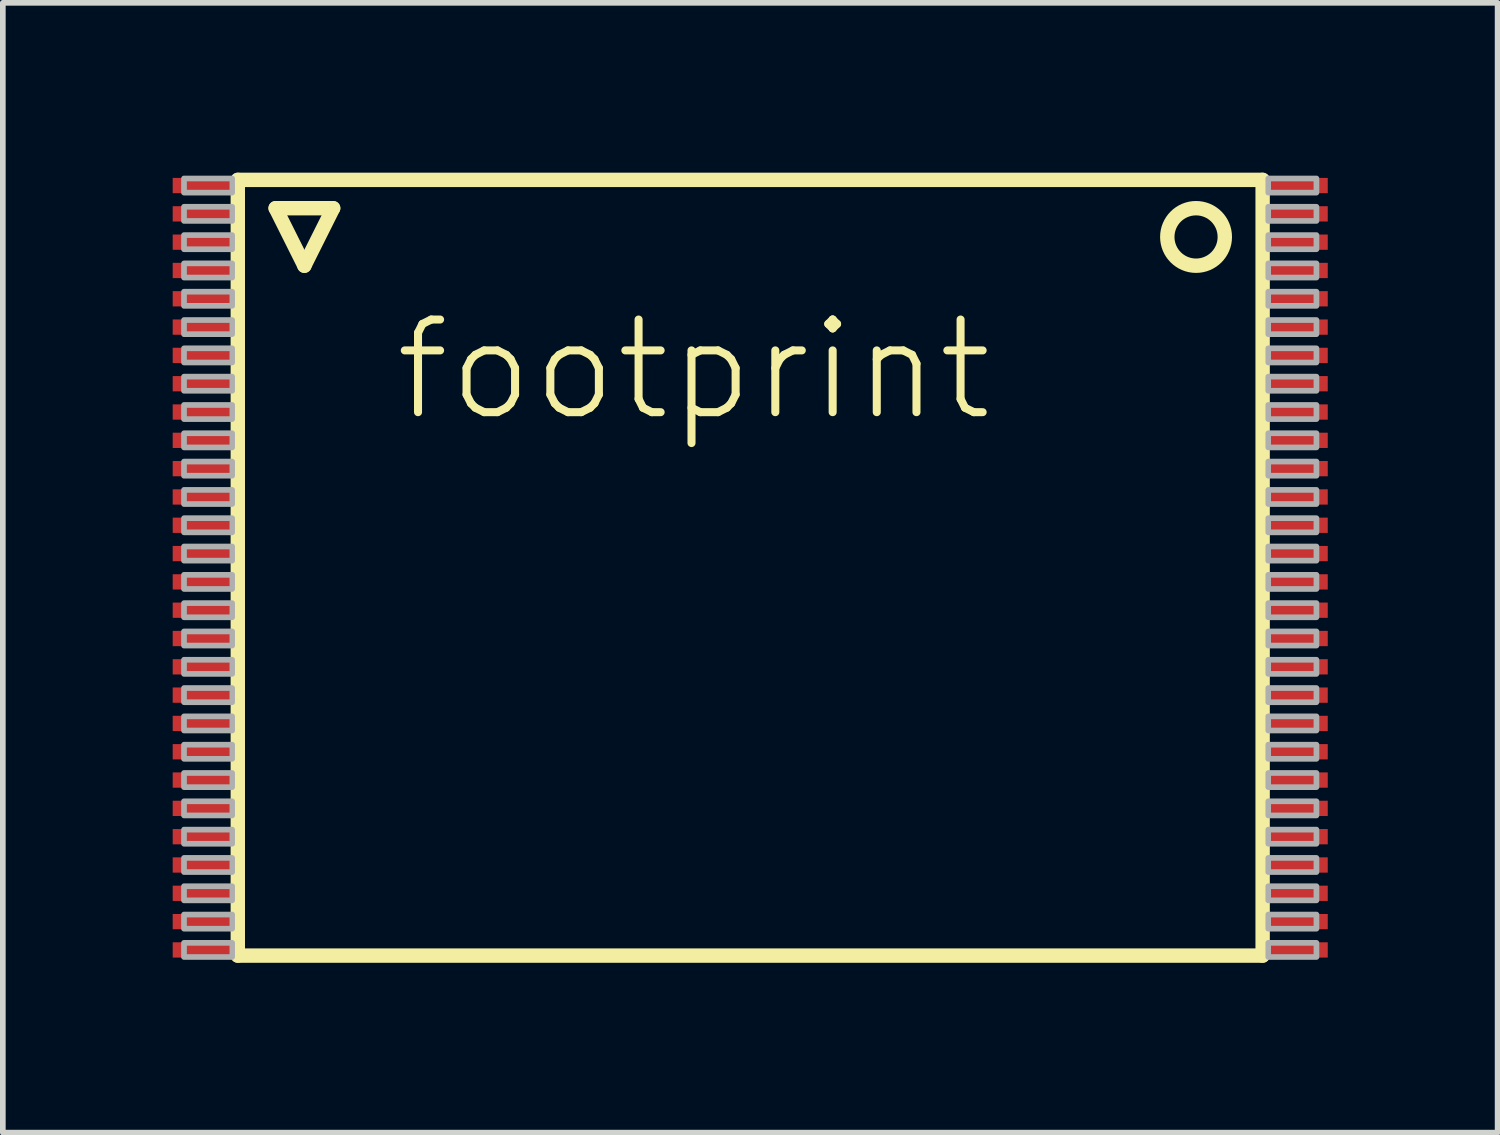
<source format=kicad_pcb>
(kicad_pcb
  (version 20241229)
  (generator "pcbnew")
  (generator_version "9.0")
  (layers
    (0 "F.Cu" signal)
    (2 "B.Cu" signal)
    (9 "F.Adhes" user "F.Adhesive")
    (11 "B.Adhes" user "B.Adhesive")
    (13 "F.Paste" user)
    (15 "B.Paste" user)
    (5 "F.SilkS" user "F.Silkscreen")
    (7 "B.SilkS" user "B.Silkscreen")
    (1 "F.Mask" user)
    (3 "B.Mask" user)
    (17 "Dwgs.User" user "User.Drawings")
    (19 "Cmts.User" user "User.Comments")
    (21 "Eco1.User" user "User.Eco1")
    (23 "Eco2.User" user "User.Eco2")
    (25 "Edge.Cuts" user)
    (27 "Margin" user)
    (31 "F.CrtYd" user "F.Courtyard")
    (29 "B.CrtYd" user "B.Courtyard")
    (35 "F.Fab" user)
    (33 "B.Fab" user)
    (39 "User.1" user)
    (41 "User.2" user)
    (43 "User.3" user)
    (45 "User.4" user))
  (footprint "footprint"
    (layer "F.Cu")
    (at 10.2 6.977)
    (property "Reference" "footprint" (at -6.35 -2.54 0) (layer "F.SilkS") (effects (font (size 1.636 1.636) (thickness 0.142)) (justify left bottom)))
    (fp_line (start -9.05 -6.85) (end 9.05 -6.85) (stroke (width 0.254) (type solid)) (layer "F.SilkS"))
    (fp_line (start -9.05 6.85) (end -9.05 -6.85) (stroke (width 0.254) (type solid)) (layer "F.SilkS"))
    (fp_line (start -8.382 -6.35) (end -7.366 -6.35) (stroke (width 0.254) (type solid)) (layer "F.SilkS"))
    (fp_line (start -7.874 -5.334) (end -8.382 -6.35) (stroke (width 0.254) (type solid)) (layer "F.SilkS"))
    (fp_line (start -7.366 -6.35) (end -7.874 -5.334) (stroke (width 0.254) (type solid)) (layer "F.SilkS"))
    (fp_line (start 9.05 -6.85) (end 9.05 6.85) (stroke (width 0.254) (type solid)) (layer "F.SilkS"))
    (fp_line (start 9.05 6.85) (end -9.05 6.85) (stroke (width 0.254) (type solid)) (layer "F.SilkS"))
    (fp_circle (center 7.874 -5.842) (end 8.382 -5.842) (stroke (width 0.254) (type solid)) (fill no) (layer "F.SilkS"))
    (fp_poly (pts (xy -10 -6.625) (xy -9.15 -6.625) (xy -9.15 -6.875) (xy -10 -6.875)) (stroke (width 0.1) (type solid)) (fill no) (layer "F.Fab"))
    (fp_poly (pts (xy -10 -6.125) (xy -9.15 -6.125) (xy -9.15 -6.375) (xy -10 -6.375)) (stroke (width 0.1) (type solid)) (fill no) (layer "F.Fab"))
    (fp_poly (pts (xy -10 -5.625) (xy -9.15 -5.625) (xy -9.15 -5.875) (xy -10 -5.875)) (stroke (width 0.1) (type solid)) (fill no) (layer "F.Fab"))
    (fp_poly (pts (xy -10 -5.125) (xy -9.15 -5.125) (xy -9.15 -5.375) (xy -10 -5.375)) (stroke (width 0.1) (type solid)) (fill no) (layer "F.Fab"))
    (fp_poly (pts (xy -10 -4.625) (xy -9.15 -4.625) (xy -9.15 -4.875) (xy -10 -4.875)) (stroke (width 0.1) (type solid)) (fill no) (layer "F.Fab"))
    (fp_poly (pts (xy -10 -4.125) (xy -9.15 -4.125) (xy -9.15 -4.375) (xy -10 -4.375)) (stroke (width 0.1) (type solid)) (fill no) (layer "F.Fab"))
    (fp_poly (pts (xy -10 -3.625) (xy -9.15 -3.625) (xy -9.15 -3.875) (xy -10 -3.875)) (stroke (width 0.1) (type solid)) (fill no) (layer "F.Fab"))
    (fp_poly (pts (xy -10 -3.125) (xy -9.15 -3.125) (xy -9.15 -3.375) (xy -10 -3.375)) (stroke (width 0.1) (type solid)) (fill no) (layer "F.Fab"))
    (fp_poly (pts (xy -10 -2.625) (xy -9.15 -2.625) (xy -9.15 -2.875) (xy -10 -2.875)) (stroke (width 0.1) (type solid)) (fill no) (layer "F.Fab"))
    (fp_poly (pts (xy -10 -2.125) (xy -9.15 -2.125) (xy -9.15 -2.375) (xy -10 -2.375)) (stroke (width 0.1) (type solid)) (fill no) (layer "F.Fab"))
    (fp_poly (pts (xy -10 -1.625) (xy -9.15 -1.625) (xy -9.15 -1.875) (xy -10 -1.875)) (stroke (width 0.1) (type solid)) (fill no) (layer "F.Fab"))
    (fp_poly (pts (xy -10 -1.125) (xy -9.15 -1.125) (xy -9.15 -1.375) (xy -10 -1.375)) (stroke (width 0.1) (type solid)) (fill no) (layer "F.Fab"))
    (fp_poly (pts (xy -10 -0.625) (xy -9.15 -0.625) (xy -9.15 -0.875) (xy -10 -0.875)) (stroke (width 0.1) (type solid)) (fill no) (layer "F.Fab"))
    (fp_poly (pts (xy -10 -0.125) (xy -9.15 -0.125) (xy -9.15 -0.375) (xy -10 -0.375)) (stroke (width 0.1) (type solid)) (fill no) (layer "F.Fab"))
    (fp_poly (pts (xy -10 0.375) (xy -9.15 0.375) (xy -9.15 0.125) (xy -10 0.125)) (stroke (width 0.1) (type solid)) (fill no) (layer "F.Fab"))
    (fp_poly (pts (xy -10 0.875) (xy -9.15 0.875) (xy -9.15 0.625) (xy -10 0.625)) (stroke (width 0.1) (type solid)) (fill no) (layer "F.Fab"))
    (fp_poly (pts (xy -10 1.375) (xy -9.15 1.375) (xy -9.15 1.125) (xy -10 1.125)) (stroke (width 0.1) (type solid)) (fill no) (layer "F.Fab"))
    (fp_poly (pts (xy -10 1.875) (xy -9.15 1.875) (xy -9.15 1.625) (xy -10 1.625)) (stroke (width 0.1) (type solid)) (fill no) (layer "F.Fab"))
    (fp_poly (pts (xy -10 2.375) (xy -9.15 2.375) (xy -9.15 2.125) (xy -10 2.125)) (stroke (width 0.1) (type solid)) (fill no) (layer "F.Fab"))
    (fp_poly (pts (xy -10 2.875) (xy -9.15 2.875) (xy -9.15 2.625) (xy -10 2.625)) (stroke (width 0.1) (type solid)) (fill no) (layer "F.Fab"))
    (fp_poly (pts (xy -10 3.375) (xy -9.15 3.375) (xy -9.15 3.125) (xy -10 3.125)) (stroke (width 0.1) (type solid)) (fill no) (layer "F.Fab"))
    (fp_poly (pts (xy -10 3.875) (xy -9.15 3.875) (xy -9.15 3.625) (xy -10 3.625)) (stroke (width 0.1) (type solid)) (fill no) (layer "F.Fab"))
    (fp_poly (pts (xy -10 4.375) (xy -9.15 4.375) (xy -9.15 4.125) (xy -10 4.125)) (stroke (width 0.1) (type solid)) (fill no) (layer "F.Fab"))
    (fp_poly (pts (xy -10 4.875) (xy -9.15 4.875) (xy -9.15 4.625) (xy -10 4.625)) (stroke (width 0.1) (type solid)) (fill no) (layer "F.Fab"))
    (fp_poly (pts (xy -10 5.375) (xy -9.15 5.375) (xy -9.15 5.125) (xy -10 5.125)) (stroke (width 0.1) (type solid)) (fill no) (layer "F.Fab"))
    (fp_poly (pts (xy -10 5.875) (xy -9.15 5.875) (xy -9.15 5.625) (xy -10 5.625)) (stroke (width 0.1) (type solid)) (fill no) (layer "F.Fab"))
    (fp_poly (pts (xy -10 6.375) (xy -9.15 6.375) (xy -9.15 6.125) (xy -10 6.125)) (stroke (width 0.1) (type solid)) (fill no) (layer "F.Fab"))
    (fp_poly (pts (xy -10 6.875) (xy -9.15 6.875) (xy -9.15 6.625) (xy -10 6.625)) (stroke (width 0.1) (type solid)) (fill no) (layer "F.Fab"))
    (fp_poly (pts (xy 10 -6.875) (xy 9.15 -6.875) (xy 9.15 -6.625) (xy 10 -6.625)) (stroke (width 0.1) (type solid)) (fill no) (layer "F.Fab"))
    (fp_poly (pts (xy 10 -6.375) (xy 9.15 -6.375) (xy 9.15 -6.125) (xy 10 -6.125)) (stroke (width 0.1) (type solid)) (fill no) (layer "F.Fab"))
    (fp_poly (pts (xy 10 -5.875) (xy 9.15 -5.875) (xy 9.15 -5.625) (xy 10 -5.625)) (stroke (width 0.1) (type solid)) (fill no) (layer "F.Fab"))
    (fp_poly (pts (xy 10 -5.375) (xy 9.15 -5.375) (xy 9.15 -5.125) (xy 10 -5.125)) (stroke (width 0.1) (type solid)) (fill no) (layer "F.Fab"))
    (fp_poly (pts (xy 10 -4.875) (xy 9.15 -4.875) (xy 9.15 -4.625) (xy 10 -4.625)) (stroke (width 0.1) (type solid)) (fill no) (layer "F.Fab"))
    (fp_poly (pts (xy 10 -4.375) (xy 9.15 -4.375) (xy 9.15 -4.125) (xy 10 -4.125)) (stroke (width 0.1) (type solid)) (fill no) (layer "F.Fab"))
    (fp_poly (pts (xy 10 -3.875) (xy 9.15 -3.875) (xy 9.15 -3.625) (xy 10 -3.625)) (stroke (width 0.1) (type solid)) (fill no) (layer "F.Fab"))
    (fp_poly (pts (xy 10 -3.375) (xy 9.15 -3.375) (xy 9.15 -3.125) (xy 10 -3.125)) (stroke (width 0.1) (type solid)) (fill no) (layer "F.Fab"))
    (fp_poly (pts (xy 10 -2.875) (xy 9.15 -2.875) (xy 9.15 -2.625) (xy 10 -2.625)) (stroke (width 0.1) (type solid)) (fill no) (layer "F.Fab"))
    (fp_poly (pts (xy 10 -2.375) (xy 9.15 -2.375) (xy 9.15 -2.125) (xy 10 -2.125)) (stroke (width 0.1) (type solid)) (fill no) (layer "F.Fab"))
    (fp_poly (pts (xy 10 -1.875) (xy 9.15 -1.875) (xy 9.15 -1.625) (xy 10 -1.625)) (stroke (width 0.1) (type solid)) (fill no) (layer "F.Fab"))
    (fp_poly (pts (xy 10 -1.375) (xy 9.15 -1.375) (xy 9.15 -1.125) (xy 10 -1.125)) (stroke (width 0.1) (type solid)) (fill no) (layer "F.Fab"))
    (fp_poly (pts (xy 10 -0.875) (xy 9.15 -0.875) (xy 9.15 -0.625) (xy 10 -0.625)) (stroke (width 0.1) (type solid)) (fill no) (layer "F.Fab"))
    (fp_poly (pts (xy 10 -0.375) (xy 9.15 -0.375) (xy 9.15 -0.125) (xy 10 -0.125)) (stroke (width 0.1) (type solid)) (fill no) (layer "F.Fab"))
    (fp_poly (pts (xy 10 0.125) (xy 9.15 0.125) (xy 9.15 0.375) (xy 10 0.375)) (stroke (width 0.1) (type solid)) (fill no) (layer "F.Fab"))
    (fp_poly (pts (xy 10 0.625) (xy 9.15 0.625) (xy 9.15 0.875) (xy 10 0.875)) (stroke (width 0.1) (type solid)) (fill no) (layer "F.Fab"))
    (fp_poly (pts (xy 10 1.125) (xy 9.15 1.125) (xy 9.15 1.375) (xy 10 1.375)) (stroke (width 0.1) (type solid)) (fill no) (layer "F.Fab"))
    (fp_poly (pts (xy 10 1.625) (xy 9.15 1.625) (xy 9.15 1.875) (xy 10 1.875)) (stroke (width 0.1) (type solid)) (fill no) (layer "F.Fab"))
    (fp_poly (pts (xy 10 2.125) (xy 9.15 2.125) (xy 9.15 2.375) (xy 10 2.375)) (stroke (width 0.1) (type solid)) (fill no) (layer "F.Fab"))
    (fp_poly (pts (xy 10 2.625) (xy 9.15 2.625) (xy 9.15 2.875) (xy 10 2.875)) (stroke (width 0.1) (type solid)) (fill no) (layer "F.Fab"))
    (fp_poly (pts (xy 10 3.125) (xy 9.15 3.125) (xy 9.15 3.375) (xy 10 3.375)) (stroke (width 0.1) (type solid)) (fill no) (layer "F.Fab"))
    (fp_poly (pts (xy 10 3.625) (xy 9.15 3.625) (xy 9.15 3.875) (xy 10 3.875)) (stroke (width 0.1) (type solid)) (fill no) (layer "F.Fab"))
    (fp_poly (pts (xy 10 4.125) (xy 9.15 4.125) (xy 9.15 4.375) (xy 10 4.375)) (stroke (width 0.1) (type solid)) (fill no) (layer "F.Fab"))
    (fp_poly (pts (xy 10 4.625) (xy 9.15 4.625) (xy 9.15 4.875) (xy 10 4.875)) (stroke (width 0.1) (type solid)) (fill no) (layer "F.Fab"))
    (fp_poly (pts (xy 10 5.125) (xy 9.15 5.125) (xy 9.15 5.375) (xy 10 5.375)) (stroke (width 0.1) (type solid)) (fill no) (layer "F.Fab"))
    (fp_poly (pts (xy 10 5.625) (xy 9.15 5.625) (xy 9.15 5.875) (xy 10 5.875)) (stroke (width 0.1) (type solid)) (fill no) (layer "F.Fab"))
    (fp_poly (pts (xy 10 6.125) (xy 9.15 6.125) (xy 9.15 6.375) (xy 10 6.375)) (stroke (width 0.1) (type solid)) (fill no) (layer "F.Fab"))
    (fp_poly (pts (xy 10 6.625) (xy 9.15 6.625) (xy 9.15 6.875) (xy 10 6.875)) (stroke (width 0.1) (type solid)) (fill no) (layer "F.Fab"))
    (pad "1" smd rect (at -9.7 -6.75) (size 1 0.27) (layers "F.Cu" "F.Mask" "F.Paste"))
    (pad "2" smd rect (at -9.7 -6.25) (size 1 0.27) (layers "F.Cu" "F.Mask" "F.Paste"))
    (pad "3" smd rect (at -9.7 -5.75) (size 1 0.27) (layers "F.Cu" "F.Mask" "F.Paste"))
    (pad "4" smd rect (at -9.7 -5.25) (size 1 0.27) (layers "F.Cu" "F.Mask" "F.Paste"))
    (pad "5" smd rect (at -9.7 -4.75) (size 1 0.27) (layers "F.Cu" "F.Mask" "F.Paste"))
    (pad "6" smd rect (at -9.7 -4.25) (size 1 0.27) (layers "F.Cu" "F.Mask" "F.Paste"))
    (pad "7" smd rect (at -9.7 -3.75) (size 1 0.27) (layers "F.Cu" "F.Mask" "F.Paste"))
    (pad "8" smd rect (at -9.7 -3.25) (size 1 0.27) (layers "F.Cu" "F.Mask" "F.Paste"))
    (pad "9" smd rect (at -9.7 -2.75) (size 1 0.27) (layers "F.Cu" "F.Mask" "F.Paste"))
    (pad "10" smd rect (at -9.7 -2.25) (size 1 0.27) (layers "F.Cu" "F.Mask" "F.Paste"))
    (pad "11" smd rect (at -9.7 -1.75) (size 1 0.27) (layers "F.Cu" "F.Mask" "F.Paste"))
    (pad "12" smd rect (at -9.7 -1.25) (size 1 0.27) (layers "F.Cu" "F.Mask" "F.Paste"))
    (pad "13" smd rect (at -9.7 -0.75) (size 1 0.27) (layers "F.Cu" "F.Mask" "F.Paste"))
    (pad "14" smd rect (at -9.7 -0.25) (size 1 0.27) (layers "F.Cu" "F.Mask" "F.Paste"))
    (pad "15" smd rect (at -9.7 0.25) (size 1 0.27) (layers "F.Cu" "F.Mask" "F.Paste"))
    (pad "16" smd rect (at -9.7 0.75) (size 1 0.27) (layers "F.Cu" "F.Mask" "F.Paste"))
    (pad "17" smd rect (at -9.7 1.25) (size 1 0.27) (layers "F.Cu" "F.Mask" "F.Paste"))
    (pad "18" smd rect (at -9.7 1.75) (size 1 0.27) (layers "F.Cu" "F.Mask" "F.Paste"))
    (pad "19" smd rect (at -9.7 2.25) (size 1 0.27) (layers "F.Cu" "F.Mask" "F.Paste"))
    (pad "20" smd rect (at -9.7 2.75) (size 1 0.27) (layers "F.Cu" "F.Mask" "F.Paste"))
    (pad "21" smd rect (at -9.7 3.25) (size 1 0.27) (layers "F.Cu" "F.Mask" "F.Paste"))
    (pad "22" smd rect (at -9.7 3.75) (size 1 0.27) (layers "F.Cu" "F.Mask" "F.Paste"))
    (pad "23" smd rect (at -9.7 4.25) (size 1 0.27) (layers "F.Cu" "F.Mask" "F.Paste"))
    (pad "24" smd rect (at -9.7 4.75) (size 1 0.27) (layers "F.Cu" "F.Mask" "F.Paste"))
    (pad "25" smd rect (at -9.7 5.25) (size 1 0.27) (layers "F.Cu" "F.Mask" "F.Paste"))
    (pad "26" smd rect (at -9.7 5.75) (size 1 0.27) (layers "F.Cu" "F.Mask" "F.Paste"))
    (pad "27" smd rect (at -9.7 6.25) (size 1 0.27) (layers "F.Cu" "F.Mask" "F.Paste"))
    (pad "28" smd rect (at -9.7 6.75) (size 1 0.27) (layers "F.Cu" "F.Mask" "F.Paste"))
    (pad "29" smd rect (at 9.7 6.75 180) (size 1 0.27) (layers "F.Cu" "F.Mask" "F.Paste"))
    (pad "30" smd rect (at 9.7 6.25 180) (size 1 0.27) (layers "F.Cu" "F.Mask" "F.Paste"))
    (pad "31" smd rect (at 9.7 5.75 180) (size 1 0.27) (layers "F.Cu" "F.Mask" "F.Paste"))
    (pad "32" smd rect (at 9.7 5.25 180) (size 1 0.27) (layers "F.Cu" "F.Mask" "F.Paste"))
    (pad "33" smd rect (at 9.7 4.75 180) (size 1 0.27) (layers "F.Cu" "F.Mask" "F.Paste"))
    (pad "34" smd rect (at 9.7 4.25 180) (size 1 0.27) (layers "F.Cu" "F.Mask" "F.Paste"))
    (pad "35" smd rect (at 9.7 3.75 180) (size 1 0.27) (layers "F.Cu" "F.Mask" "F.Paste"))
    (pad "36" smd rect (at 9.7 3.25 180) (size 1 0.27) (layers "F.Cu" "F.Mask" "F.Paste"))
    (pad "37" smd rect (at 9.7 2.75 180) (size 1 0.27) (layers "F.Cu" "F.Mask" "F.Paste"))
    (pad "38" smd rect (at 9.7 2.25 180) (size 1 0.27) (layers "F.Cu" "F.Mask" "F.Paste"))
    (pad "39" smd rect (at 9.7 1.75 180) (size 1 0.27) (layers "F.Cu" "F.Mask" "F.Paste"))
    (pad "40" smd rect (at 9.7 1.25 180) (size 1 0.27) (layers "F.Cu" "F.Mask" "F.Paste"))
    (pad "41" smd rect (at 9.7 0.75 180) (size 1 0.27) (layers "F.Cu" "F.Mask" "F.Paste"))
    (pad "42" smd rect (at 9.7 0.25 180) (size 1 0.27) (layers "F.Cu" "F.Mask" "F.Paste"))
    (pad "43" smd rect (at 9.7 -0.25 180) (size 1 0.27) (layers "F.Cu" "F.Mask" "F.Paste"))
    (pad "44" smd rect (at 9.7 -0.75 180) (size 1 0.27) (layers "F.Cu" "F.Mask" "F.Paste"))
    (pad "45" smd rect (at 9.7 -1.25 180) (size 1 0.27) (layers "F.Cu" "F.Mask" "F.Paste"))
    (pad "46" smd rect (at 9.7 -1.75 180) (size 1 0.27) (layers "F.Cu" "F.Mask" "F.Paste"))
    (pad "47" smd rect (at 9.7 -2.25 180) (size 1 0.27) (layers "F.Cu" "F.Mask" "F.Paste"))
    (pad "48" smd rect (at 9.7 -2.75 180) (size 1 0.27) (layers "F.Cu" "F.Mask" "F.Paste"))
    (pad "49" smd rect (at 9.7 -3.25 180) (size 1 0.27) (layers "F.Cu" "F.Mask" "F.Paste"))
    (pad "50" smd rect (at 9.7 -3.75 180) (size 1 0.27) (layers "F.Cu" "F.Mask" "F.Paste"))
    (pad "51" smd rect (at 9.7 -4.25 180) (size 1 0.27) (layers "F.Cu" "F.Mask" "F.Paste"))
    (pad "52" smd rect (at 9.7 -4.75 180) (size 1 0.27) (layers "F.Cu" "F.Mask" "F.Paste"))
    (pad "53" smd rect (at 9.7 -5.25 180) (size 1 0.27) (layers "F.Cu" "F.Mask" "F.Paste"))
    (pad "54" smd rect (at 9.7 -5.75 180) (size 1 0.27) (layers "F.Cu" "F.Mask" "F.Paste"))
    (pad "55" smd rect (at 9.7 -6.25 180) (size 1 0.27) (layers "F.Cu" "F.Mask" "F.Paste"))
    (pad "56" smd rect (at 9.7 -6.75 180) (size 1 0.27) (layers "F.Cu" "F.Mask" "F.Paste")))
  (gr_rect
    (start -3 -3)
    (end 23.4 16.954)
    (stroke (width 0.1) (type default))
    (fill no)
    (layer "Edge.Cuts")))
</source>
